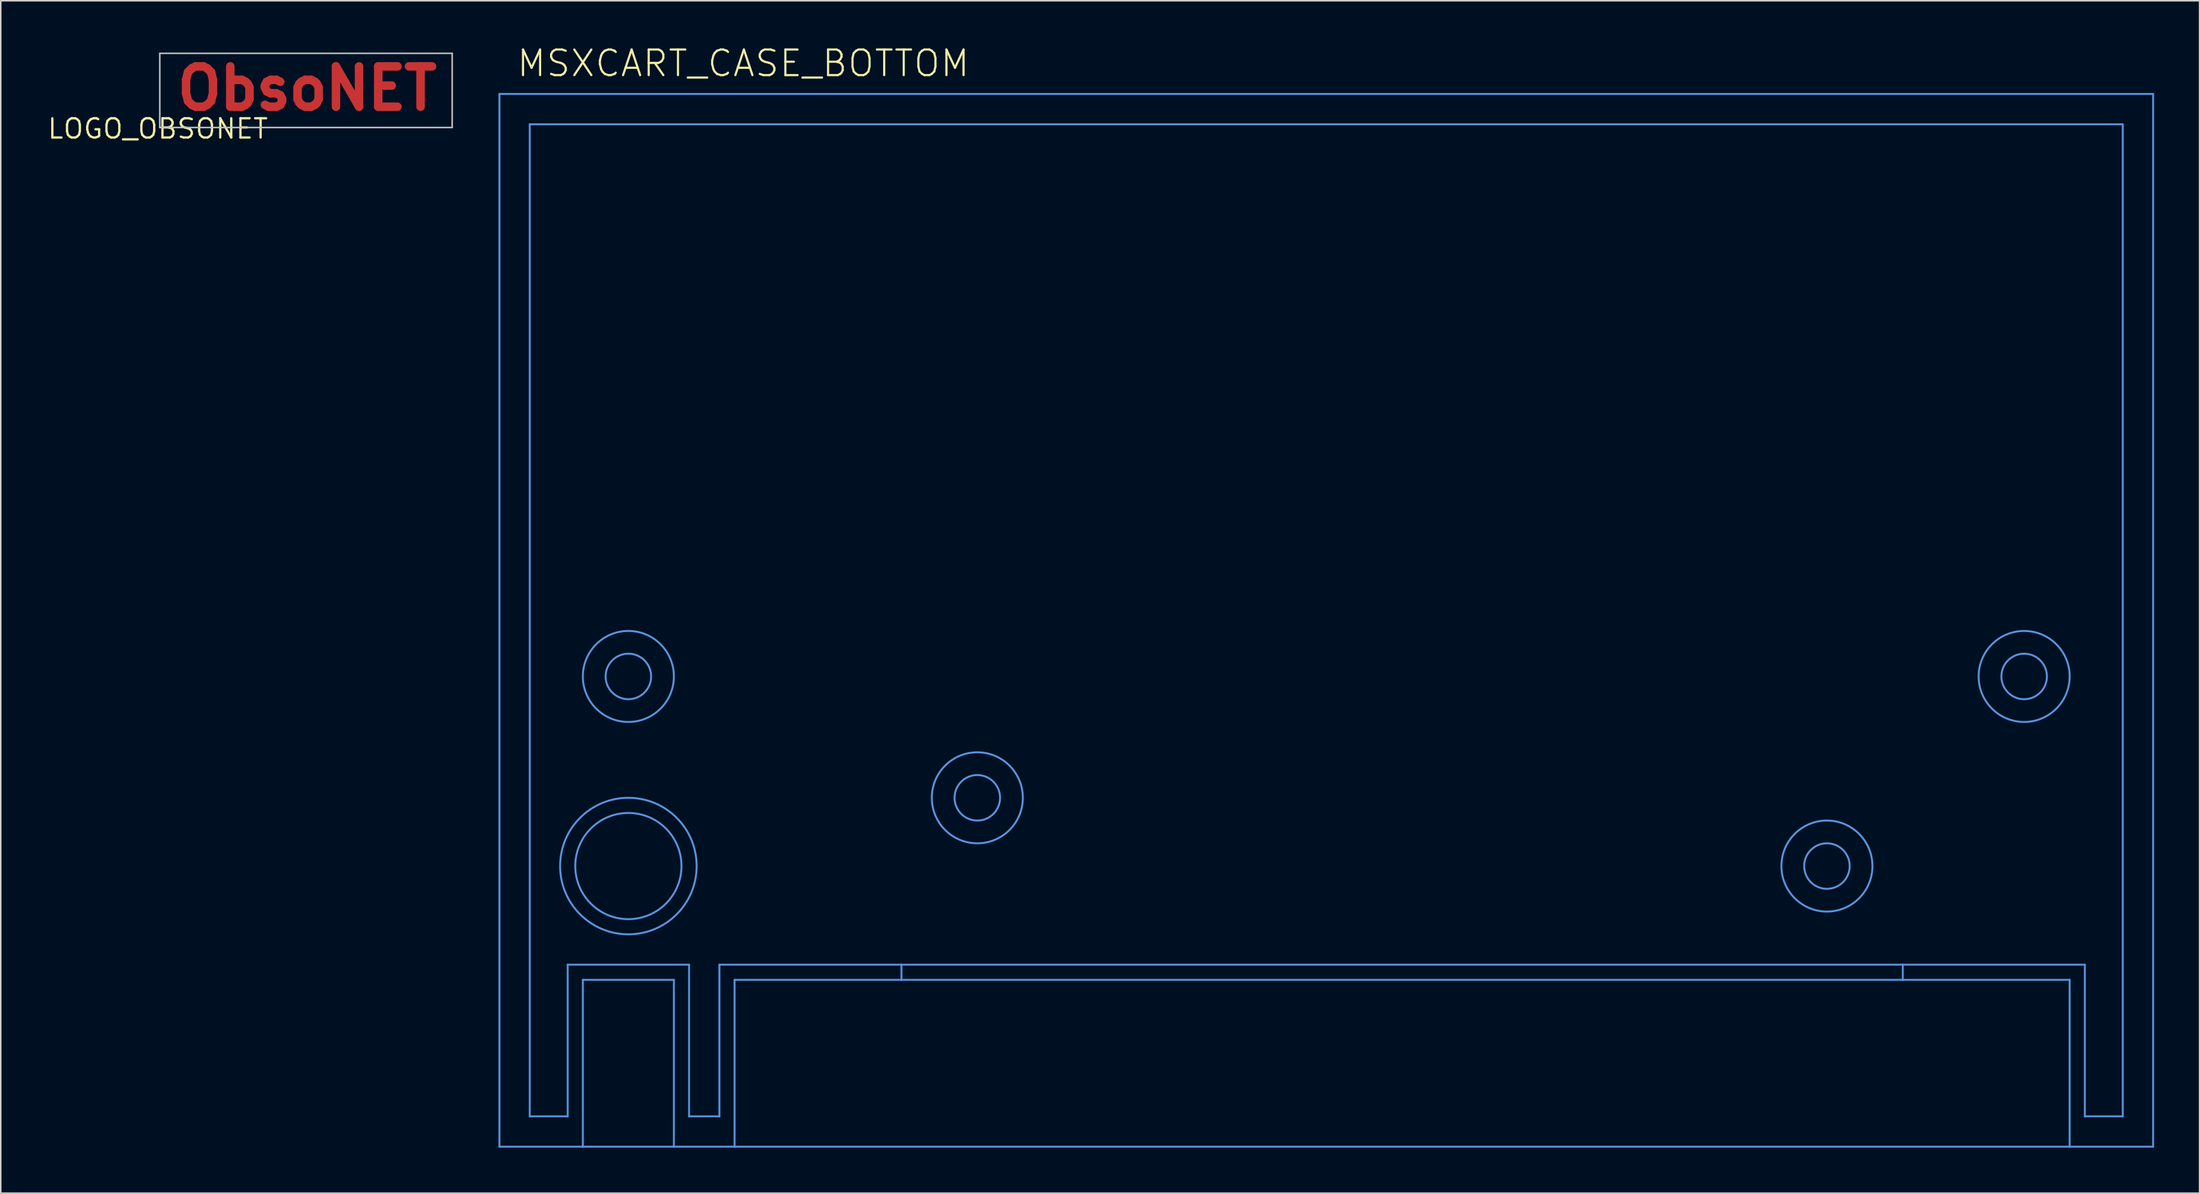
<source format=kicad_pcb>
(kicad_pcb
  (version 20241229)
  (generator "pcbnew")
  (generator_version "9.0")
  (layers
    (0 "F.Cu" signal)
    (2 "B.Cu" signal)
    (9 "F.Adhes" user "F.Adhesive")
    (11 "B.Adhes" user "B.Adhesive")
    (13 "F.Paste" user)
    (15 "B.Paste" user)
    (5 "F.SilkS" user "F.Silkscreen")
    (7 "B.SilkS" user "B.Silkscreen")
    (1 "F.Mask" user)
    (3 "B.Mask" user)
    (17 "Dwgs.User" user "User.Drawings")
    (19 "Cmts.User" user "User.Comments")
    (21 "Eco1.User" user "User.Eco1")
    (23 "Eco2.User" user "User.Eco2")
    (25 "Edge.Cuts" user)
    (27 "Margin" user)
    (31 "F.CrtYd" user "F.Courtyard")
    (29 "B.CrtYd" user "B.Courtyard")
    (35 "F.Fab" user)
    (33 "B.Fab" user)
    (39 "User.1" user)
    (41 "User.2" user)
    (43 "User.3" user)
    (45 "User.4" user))
  (footprint "MSXCART_CASE_BOTTOM"
    (layer "F.Cu")
    (at 89.368 66.116)
    (property "Reference" "MSXCART_CASE_BOTTOM" (at -58.44 -64 0) (layer "F.SilkS") (effects (font (size 1.689 1.689) (thickness 0.142)) (justify left bottom)))
    (attr through_hole)
    (fp_line (start -59.5 -62.972) (end -59.5 6.428) (stroke (width 0.127) (type solid)) (layer "Cmts.User"))
    (fp_line (start -59.5 -62.972) (end 49.5 -62.972) (stroke (width 0.127) (type solid)) (layer "Cmts.User"))
    (fp_line (start -59.5 6.428) (end -54 6.428) (stroke (width 0.127) (type solid)) (layer "Cmts.User"))
    (fp_line (start -57.5 -60.972) (end -57.5 4.428) (stroke (width 0.127) (type solid)) (layer "Cmts.User"))
    (fp_line (start -57.5 -60.972) (end 47.5 -60.972) (stroke (width 0.127) (type solid)) (layer "Cmts.User"))
    (fp_line (start -57.5 4.428) (end -55 4.428) (stroke (width 0.127) (type solid)) (layer "Cmts.User"))
    (fp_line (start -55 -5.572) (end -55 4.428) (stroke (width 0.127) (type solid)) (layer "Cmts.User"))
    (fp_line (start -54 -4.572) (end -54 6.428) (stroke (width 0.127) (type solid)) (layer "Cmts.User"))
    (fp_line (start -54 6.428) (end -48 6.428) (stroke (width 0.127) (type solid)) (layer "Cmts.User"))
    (fp_line (start -48 -4.572) (end -54 -4.572) (stroke (width 0.127) (type solid)) (layer "Cmts.User"))
    (fp_line (start -48 -4.572) (end -48 6.428) (stroke (width 0.127) (type solid)) (layer "Cmts.User"))
    (fp_line (start -48 6.428) (end -44 6.428) (stroke (width 0.127) (type solid)) (layer "Cmts.User"))
    (fp_line (start -47 -5.572) (end -55 -5.572) (stroke (width 0.127) (type solid)) (layer "Cmts.User"))
    (fp_line (start -47 -5.572) (end -47 4.428) (stroke (width 0.127) (type solid)) (layer "Cmts.User"))
    (fp_line (start -47 4.428) (end -45 4.428) (stroke (width 0.127) (type solid)) (layer "Cmts.User"))
    (fp_line (start -45 -5.572) (end -45 4.428) (stroke (width 0.127) (type solid)) (layer "Cmts.User"))
    (fp_line (start -44 -4.572) (end -44 6.428) (stroke (width 0.127) (type solid)) (layer "Cmts.User"))
    (fp_line (start -44 6.428) (end 44 6.428) (stroke (width 0.127) (type solid)) (layer "Cmts.User"))
    (fp_line (start -33 -5.572) (end -45 -5.572) (stroke (width 0.127) (type solid)) (layer "Cmts.User"))
    (fp_line (start -33 -5.572) (end -33 -4.572) (stroke (width 0.127) (type solid)) (layer "Cmts.User"))
    (fp_line (start -33 -4.572) (end -44 -4.572) (stroke (width 0.127) (type solid)) (layer "Cmts.User"))
    (fp_line (start 33 -5.572) (end -33 -5.572) (stroke (width 0.127) (type solid)) (layer "Cmts.User"))
    (fp_line (start 33 -5.572) (end 33 -4.572) (stroke (width 0.127) (type solid)) (layer "Cmts.User"))
    (fp_line (start 33 -4.572) (end -33 -4.572) (stroke (width 0.127) (type solid)) (layer "Cmts.User"))
    (fp_line (start 44 -4.572) (end 33 -4.572) (stroke (width 0.127) (type solid)) (layer "Cmts.User"))
    (fp_line (start 44 -4.572) (end 44 6.428) (stroke (width 0.127) (type solid)) (layer "Cmts.User"))
    (fp_line (start 44 6.428) (end 49.5 6.428) (stroke (width 0.127) (type solid)) (layer "Cmts.User"))
    (fp_line (start 45 -5.572) (end 33 -5.572) (stroke (width 0.127) (type solid)) (layer "Cmts.User"))
    (fp_line (start 45 -5.572) (end 45 4.428) (stroke (width 0.127) (type solid)) (layer "Cmts.User"))
    (fp_line (start 45 4.428) (end 47.5 4.428) (stroke (width 0.127) (type solid)) (layer "Cmts.User"))
    (fp_line (start 47.5 -60.972) (end 47.5 4.428) (stroke (width 0.127) (type solid)) (layer "Cmts.User"))
    (fp_line (start 49.5 -62.972) (end 49.5 6.428) (stroke (width 0.127) (type solid)) (layer "Cmts.User"))
    (fp_circle (center -51 -24.572) (end -49.5 -24.572) (stroke (width 0.127) (type solid)) (fill no) (layer "Cmts.User"))
    (fp_circle (center -51 -24.572) (end -48 -24.572) (stroke (width 0.127) (type solid)) (fill no) (layer "Cmts.User"))
    (fp_circle (center -51 -12.072) (end -47.5 -12.072) (stroke (width 0.127) (type solid)) (fill no) (layer "Cmts.User"))
    (fp_circle (center -51 -12.072) (end -46.5 -12.072) (stroke (width 0.127) (type solid)) (fill no) (layer "Cmts.User"))
    (fp_circle (center -28 -16.572) (end -26.5 -16.572) (stroke (width 0.127) (type solid)) (fill no) (layer "Cmts.User"))
    (fp_circle (center -28 -16.572) (end -25 -16.572) (stroke (width 0.127) (type solid)) (fill no) (layer "Cmts.User"))
    (fp_circle (center 28 -12.072) (end 29.5 -12.072) (stroke (width 0.127) (type solid)) (fill no) (layer "Cmts.User"))
    (fp_circle (center 28 -12.072) (end 31 -12.072) (stroke (width 0.127) (type solid)) (fill no) (layer "Cmts.User"))
    (fp_circle (center 41 -24.572) (end 42.5 -24.572) (stroke (width 0.127) (type solid)) (fill no) (layer "Cmts.User"))
    (fp_circle (center 41 -24.572) (end 44 -24.572) (stroke (width 0.127) (type solid)) (fill no) (layer "Cmts.User")))
  (footprint "LOGO_OBSONET"
    (layer "F.Cu")
    (at 7.355 5.436)
    (property "Reference" "LOGO_OBSONET" (at 0 0 0) (layer "F.SilkS") (effects (font (size 1.27 1.27) (thickness 0.15))))
    (attr through_hole)
    (fp_line (start 0.127 -4.969) (end 0.127 -0.08) (stroke (width 0.1) (type solid)) (layer "Dwgs.User"))
    (fp_line (start 0.127 -0.08) (end 19.399 -0.08) (stroke (width 0.1) (type solid)) (layer "Dwgs.User"))
    (fp_line (start 19.399 -4.969) (end 0.127 -4.969) (stroke (width 0.1) (type solid)) (layer "Dwgs.User"))
    (fp_line (start 19.399 -0.08) (end 19.399 -4.969) (stroke (width 0.1) (type solid)) (layer "Dwgs.User"))
    (fp_text user "ObsoNET" (at 0.985 -1.095 0) (layer "F.Cu") (effects (font (size 2.66 2.66) (thickness 0.56)) (justify left bottom))))
  (gr_rect
    (start -3 -3)
    (end 141.932 75.607)
    (stroke (width 0.1) (type default))
    (fill no)
    (layer "Edge.Cuts")))
</source>
